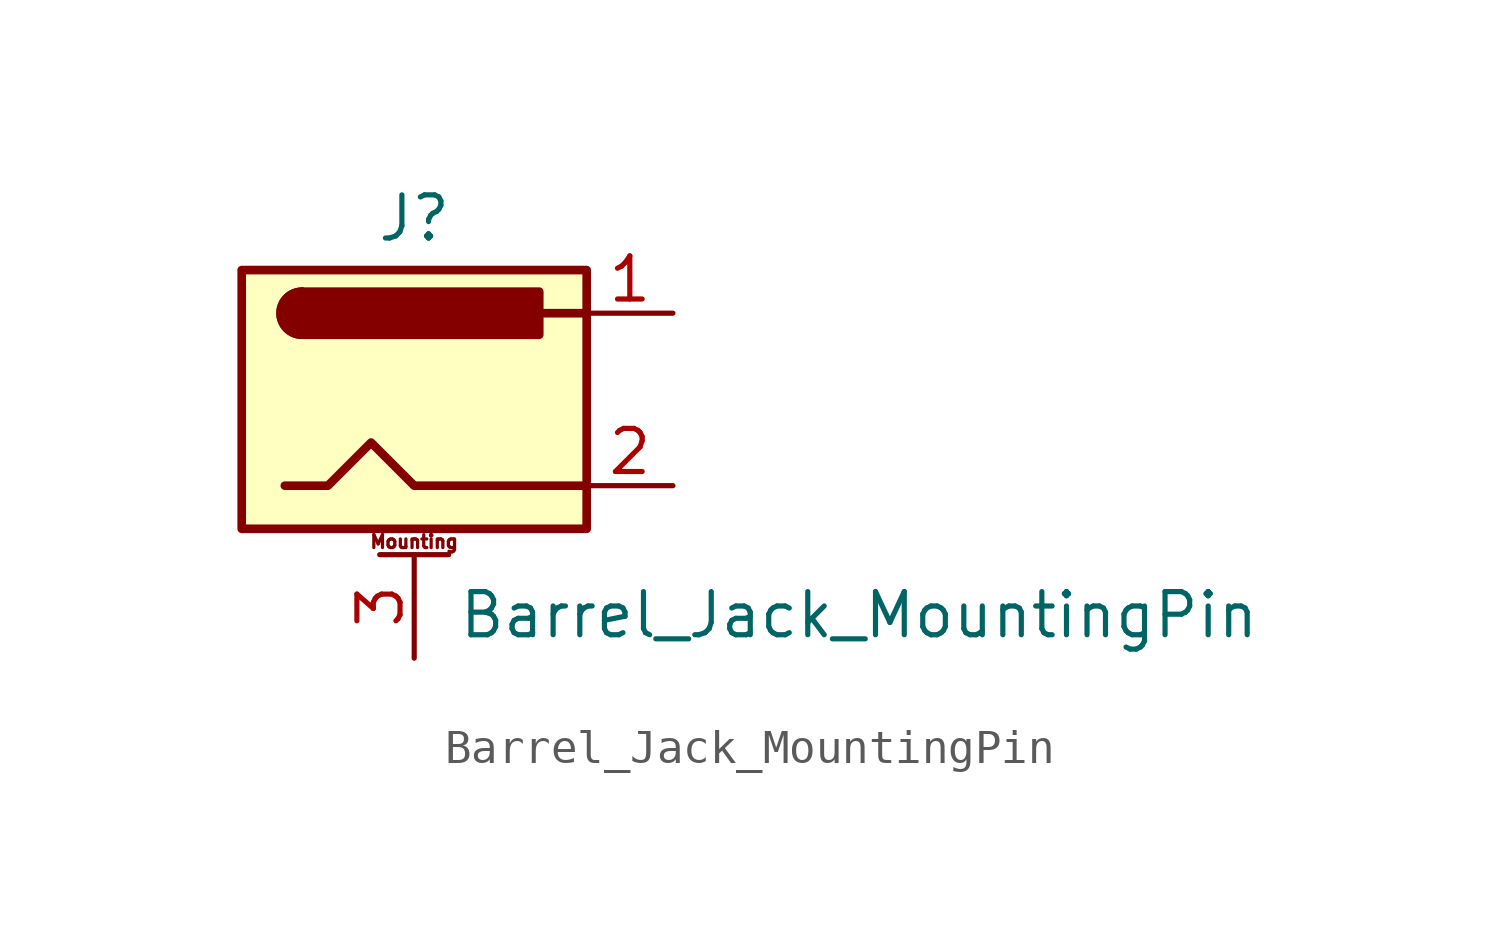
<source format=kicad_sym>
(kicad_symbol_lib
  (version 20231120)
  (generator "kicad_symbol_editor")
  (generator_version "8.0")
  (symbol "Barrel_Jack_MountingPin"
    (pin_names hide)
    (property "Reference" "J"
      (at 0 5.334 0)
      (effects (font (size 1.27 1.27))))
    (property "Value" "Barrel_Jack_MountingPin"
      (at 1.27 -6.35 0)
      (effects (font (size 1.27 1.27)) (justify left)))
    (symbol "Barrel_Jack_MountingPin_0_1"
      (rectangle (start -5.08 3.81) (end 5.08 -3.81) (stroke (width 0.254) (type default)) (fill (type background)))
      (arc (start -3.302 3.175) (mid -3.9343 2.54) (end -3.302 1.905) (stroke (width 0.254) (type default)) (fill (type none)))
      (arc (start -3.302 3.175) (mid -3.9343 2.54) (end -3.302 1.905) (stroke (width 0.254) (type default)) (fill (type outline)))
      (polyline (pts (xy 5.08 2.54) (xy 3.81 2.54)) (stroke (width 0.254) (type default)) (fill (type none)))
      (polyline (pts (xy -3.81 -2.54) (xy -2.54 -2.54) (xy -1.27 -1.27) (xy 0 -2.54) (xy 2.54 -2.54) (xy 5.08 -2.54)) (stroke (width 0.254) (type default)) (fill (type none)))
      (rectangle (start 3.683 3.175) (end -3.302 1.905) (stroke (width 0.254) (type default)) (fill (type outline))))
    (symbol "Barrel_Jack_MountingPin_1_1"
      (polyline (pts (xy -1.016 -4.572) (xy 1.016 -4.572)) (stroke (width 0.152) (type default)) (fill (type none)))
      (text "Mounting" (at 0 -4.191 0) (effects (font (size 0.381 0.381))))
      (pin passive line (at 7.62 2.54 180) (length 2.54) (name "~" (effects (font (size 1.27 1.27)))) (number "1" (effects (font (size 1.27 1.27)))))
      (pin passive line (at 7.62 -2.54 180) (length 2.54) (name "~" (effects (font (size 1.27 1.27)))) (number "2" (effects (font (size 1.27 1.27)))))
      (pin passive line (at 0 -7.62 90) (length 3.048) (name "MountPin" (effects (font (size 1.27 1.27)))) (number "3" (effects (font (size 1.27 1.27))))))))
</source>
